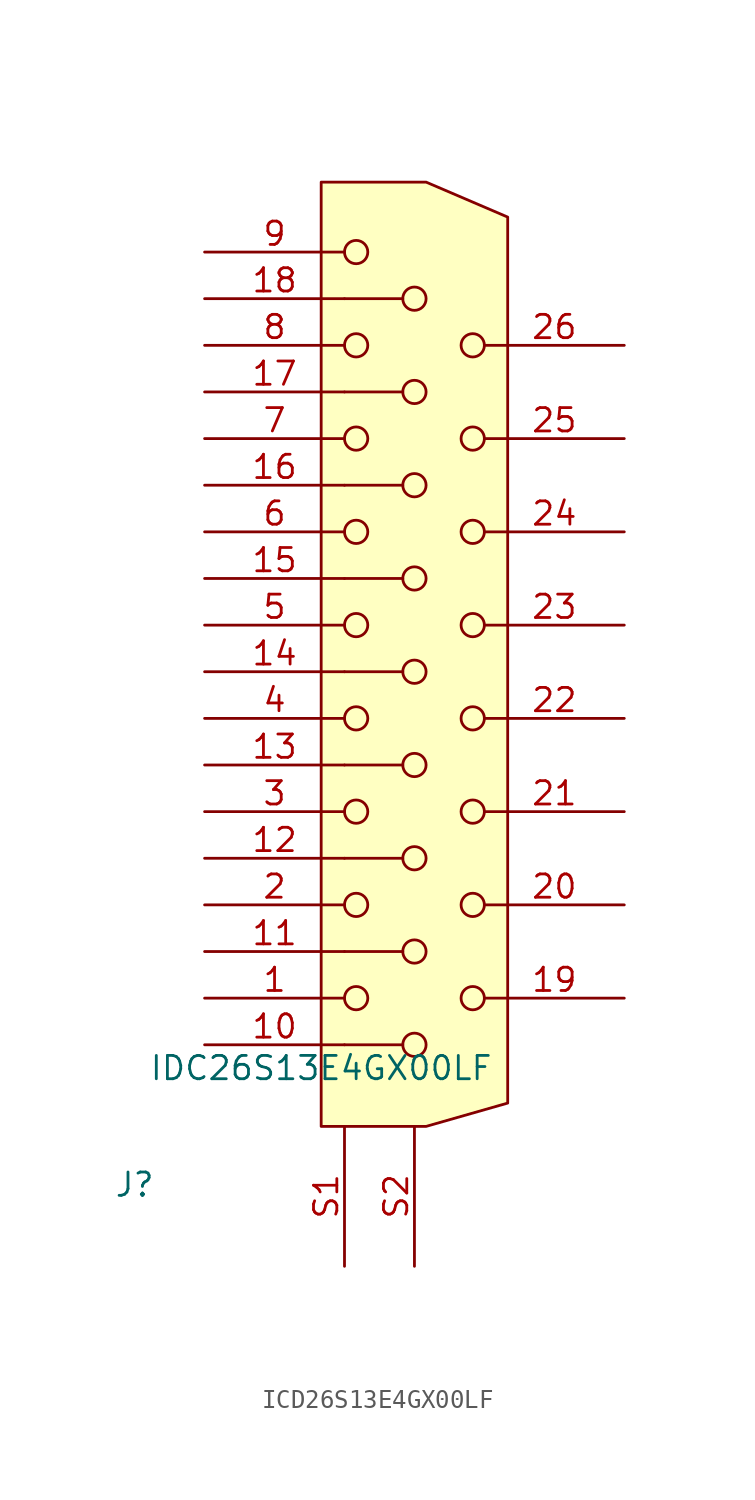
<source format=kicad_sym>
(kicad_symbol_lib
  (version 20231120)
  (generator "kicad_symbol_editor")
  (generator_version "8.0")
  (symbol "ICD26S13E4GX00LF"
    (property "Reference" "J"
      (at -10.16 -1.905 0)
      (effects (font (size 1.27 1.27))))
    (property "Value" "IDC26S13E4GX00LF"
      (at 0 4.445 0)
      (effects (font (size 1.27 1.27))))
    (symbol "ICD26S13E4GX00LF_0_1"
      (polyline (pts (xy 1.27 5.715) (xy 4.445 5.715)) (stroke (width 0) (type default)) (fill (type none)))
      (polyline (pts (xy 1.27 10.795) (xy 4.445 10.795)) (stroke (width 0) (type default)) (fill (type none)))
      (polyline (pts (xy 1.27 15.875) (xy 4.445 15.875)) (stroke (width 0) (type default)) (fill (type none)))
      (polyline (pts (xy 1.27 20.955) (xy 4.445 20.955)) (stroke (width 0) (type default)) (fill (type none)))
      (polyline (pts (xy 1.27 26.035) (xy 4.445 26.035)) (stroke (width 0) (type default)) (fill (type none)))
      (polyline (pts (xy 1.27 31.115) (xy 4.445 31.115)) (stroke (width 0) (type default)) (fill (type none)))
      (polyline (pts (xy 1.27 36.195) (xy 4.445 36.195)) (stroke (width 0) (type default)) (fill (type none)))
      (polyline (pts (xy 1.27 41.275) (xy 4.445 41.275)) (stroke (width 0) (type default)) (fill (type none)))
      (polyline (pts (xy 1.27 46.355) (xy 4.445 46.355)) (stroke (width 0) (type default)) (fill (type none)))
      (circle (center 1.905 8.255) (radius 0.635) (stroke (width 0) (type default)) (fill (type none)))
      (circle (center 1.905 13.335) (radius 0.635) (stroke (width 0) (type default)) (fill (type none)))
      (circle (center 1.905 18.415) (radius 0.635) (stroke (width 0) (type default)) (fill (type none)))
      (circle (center 1.905 23.495) (radius 0.635) (stroke (width 0) (type default)) (fill (type none)))
      (circle (center 1.905 28.575) (radius 0.635) (stroke (width 0) (type default)) (fill (type none)))
      (circle (center 1.905 33.655) (radius 0.635) (stroke (width 0) (type default)) (fill (type none)))
      (circle (center 1.905 38.735) (radius 0.635) (stroke (width 0) (type default)) (fill (type none)))
      (circle (center 1.905 43.815) (radius 0.635) (stroke (width 0) (type default)) (fill (type none)))
      (circle (center 1.905 48.895) (radius 0.635) (stroke (width 0) (type default)) (fill (type none)))
      (circle (center 5.08 5.715) (radius 0.635) (stroke (width 0) (type default)) (fill (type none)))
      (circle (center 5.08 10.795) (radius 0.635) (stroke (width 0) (type default)) (fill (type none)))
      (circle (center 5.08 15.875) (radius 0.635) (stroke (width 0) (type default)) (fill (type none)))
      (circle (center 5.08 20.955) (radius 0.635) (stroke (width 0) (type default)) (fill (type none)))
      (circle (center 5.08 26.035) (radius 0.635) (stroke (width 0) (type default)) (fill (type none)))
      (circle (center 5.08 31.115) (radius 0.635) (stroke (width 0) (type default)) (fill (type none)))
      (circle (center 5.08 36.195) (radius 0.635) (stroke (width 0) (type default)) (fill (type none)))
      (circle (center 5.08 41.275) (radius 0.635) (stroke (width 0) (type default)) (fill (type none)))
      (circle (center 5.08 46.355) (radius 0.635) (stroke (width 0) (type default)) (fill (type none)))
      (circle (center 8.255 8.255) (radius 0.635) (stroke (width 0) (type default)) (fill (type none)))
      (circle (center 8.255 13.335) (radius 0.635) (stroke (width 0) (type default)) (fill (type none)))
      (circle (center 8.255 18.415) (radius 0.635) (stroke (width 0) (type default)) (fill (type none)))
      (circle (center 8.255 23.495) (radius 0.635) (stroke (width 0) (type default)) (fill (type none)))
      (circle (center 8.255 28.575) (radius 0.635) (stroke (width 0) (type default)) (fill (type none)))
      (circle (center 8.255 33.655) (radius 0.635) (stroke (width 0) (type default)) (fill (type none)))
      (circle (center 8.255 38.735) (radius 0.635) (stroke (width 0) (type default)) (fill (type none)))
      (circle (center 8.255 43.815) (radius 0.635) (stroke (width 0) (type default)) (fill (type none))))
    (symbol "ICD26S13E4GX00LF_1_1"
      (polyline (pts (xy 0 52.705) (xy 5.715 52.705) (xy 10.16 50.8) (xy 10.16 2.54) (xy 5.715 1.27) (xy 0 1.27) (xy 0 52.705)) (stroke (width 0) (type default)) (fill (type background)))
      (pin passive line (at -6.35 8.255 0) (length 7.62) (name "" (effects (font (size 1.27 1.27)))) (number "1" (effects (font (size 1.27 1.27)))))
      (pin passive line (at -6.35 5.715 0) (length 7.62) (name "" (effects (font (size 1.27 1.27)))) (number "10" (effects (font (size 1.27 1.27)))))
      (pin passive line (at -6.35 10.795 0) (length 7.62) (name "" (effects (font (size 1.27 1.27)))) (number "11" (effects (font (size 1.27 1.27)))))
      (pin passive line (at -6.35 15.875 0) (length 7.62) (name "" (effects (font (size 1.27 1.27)))) (number "12" (effects (font (size 1.27 1.27)))))
      (pin passive line (at -6.35 20.955 0) (length 7.62) (name "" (effects (font (size 1.27 1.27)))) (number "13" (effects (font (size 1.27 1.27)))))
      (pin passive line (at -6.35 26.035 0) (length 7.62) (name "" (effects (font (size 1.27 1.27)))) (number "14" (effects (font (size 1.27 1.27)))))
      (pin passive line (at -6.35 31.115 0) (length 7.62) (name "" (effects (font (size 1.27 1.27)))) (number "15" (effects (font (size 1.27 1.27)))))
      (pin passive line (at -6.35 36.195 0) (length 7.62) (name "" (effects (font (size 1.27 1.27)))) (number "16" (effects (font (size 1.27 1.27)))))
      (pin passive line (at -6.35 41.275 0) (length 7.62) (name "" (effects (font (size 1.27 1.27)))) (number "17" (effects (font (size 1.27 1.27)))))
      (pin passive line (at -6.35 46.355 0) (length 7.62) (name "" (effects (font (size 1.27 1.27)))) (number "18" (effects (font (size 1.27 1.27)))))
      (pin passive line (at 16.51 8.255 180) (length 7.62) (name "" (effects (font (size 1.27 1.27)))) (number "19" (effects (font (size 1.27 1.27)))))
      (pin passive line (at -6.35 13.335 0) (length 7.62) (name "" (effects (font (size 1.27 1.27)))) (number "2" (effects (font (size 1.27 1.27)))))
      (pin passive line (at 16.51 13.335 180) (length 7.62) (name "" (effects (font (size 1.27 1.27)))) (number "20" (effects (font (size 1.27 1.27)))))
      (pin passive line (at 16.51 18.415 180) (length 7.62) (name "" (effects (font (size 1.27 1.27)))) (number "21" (effects (font (size 1.27 1.27)))))
      (pin passive line (at 16.51 23.495 180) (length 7.62) (name "" (effects (font (size 1.27 1.27)))) (number "22" (effects (font (size 1.27 1.27)))))
      (pin passive line (at 16.51 28.575 180) (length 7.62) (name "" (effects (font (size 1.27 1.27)))) (number "23" (effects (font (size 1.27 1.27)))))
      (pin passive line (at 16.51 33.655 180) (length 7.62) (name "" (effects (font (size 1.27 1.27)))) (number "24" (effects (font (size 1.27 1.27)))))
      (pin passive line (at 16.51 38.735 180) (length 7.62) (name "" (effects (font (size 1.27 1.27)))) (number "25" (effects (font (size 1.27 1.27)))))
      (pin passive line (at 16.51 43.815 180) (length 7.62) (name "" (effects (font (size 1.27 1.27)))) (number "26" (effects (font (size 1.27 1.27)))))
      (pin passive line (at -6.35 18.415 0) (length 7.62) (name "" (effects (font (size 1.27 1.27)))) (number "3" (effects (font (size 1.27 1.27)))))
      (pin passive line (at -6.35 23.495 0) (length 7.62) (name "" (effects (font (size 1.27 1.27)))) (number "4" (effects (font (size 1.27 1.27)))))
      (pin passive line (at -6.35 28.575 0) (length 7.62) (name "" (effects (font (size 1.27 1.27)))) (number "5" (effects (font (size 1.27 1.27)))))
      (pin passive line (at -6.35 33.655 0) (length 7.62) (name "" (effects (font (size 1.27 1.27)))) (number "6" (effects (font (size 1.27 1.27)))))
      (pin passive line (at -6.35 38.735 0) (length 7.62) (name "" (effects (font (size 1.27 1.27)))) (number "7" (effects (font (size 1.27 1.27)))))
      (pin passive line (at -6.35 43.815 0) (length 7.62) (name "" (effects (font (size 1.27 1.27)))) (number "8" (effects (font (size 1.27 1.27)))))
      (pin passive line (at -6.35 48.895 0) (length 7.62) (name "" (effects (font (size 1.27 1.27)))) (number "9" (effects (font (size 1.27 1.27)))))
      (pin passive line (at 1.27 -6.35 90) (length 7.62) (name "" (effects (font (size 1.27 1.27)))) (number "S1" (effects (font (size 1.27 1.27)))))
      (pin passive line (at 5.08 -6.35 90) (length 7.62) (name "" (effects (font (size 1.27 1.27)))) (number "S2" (effects (font (size 1.27 1.27))))))))
</source>
